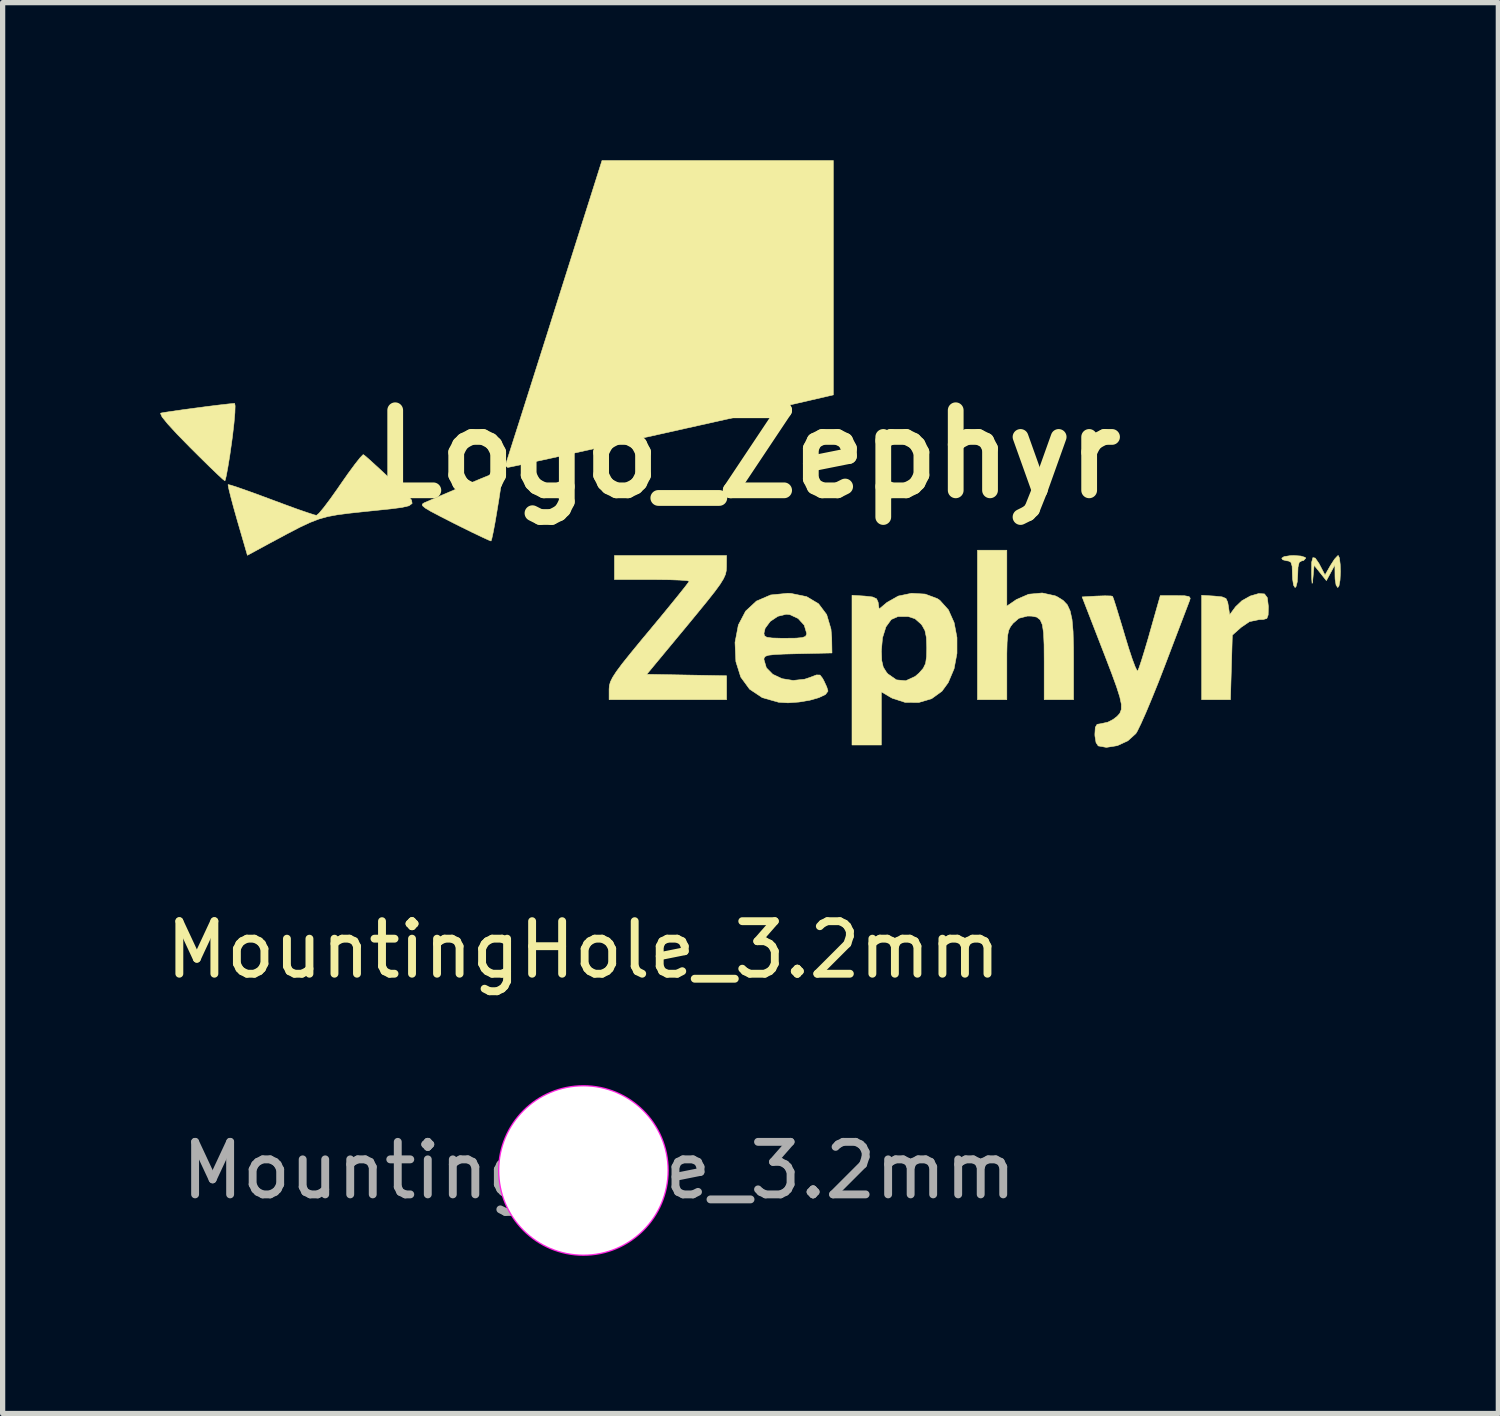
<source format=kicad_pcb>
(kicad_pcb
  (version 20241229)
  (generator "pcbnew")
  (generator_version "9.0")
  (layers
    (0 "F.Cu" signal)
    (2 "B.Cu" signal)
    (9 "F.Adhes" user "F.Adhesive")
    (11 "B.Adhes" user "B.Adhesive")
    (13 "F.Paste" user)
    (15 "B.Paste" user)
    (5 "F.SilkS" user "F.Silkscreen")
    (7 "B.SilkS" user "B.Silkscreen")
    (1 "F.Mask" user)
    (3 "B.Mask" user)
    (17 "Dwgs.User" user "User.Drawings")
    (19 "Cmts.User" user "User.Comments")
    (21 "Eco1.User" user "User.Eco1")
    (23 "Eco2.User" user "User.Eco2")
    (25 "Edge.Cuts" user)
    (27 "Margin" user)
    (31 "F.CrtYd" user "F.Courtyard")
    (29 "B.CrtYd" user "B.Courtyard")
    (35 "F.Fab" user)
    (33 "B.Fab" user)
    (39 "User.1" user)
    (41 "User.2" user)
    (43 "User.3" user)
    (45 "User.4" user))
  (footprint "MountingHole_3.2mm"
    (layer "F.Cu")
    (at 8.054 19.228)
    (property "Reference" "MountingHole_3.2mm" (at 0 -4.2 0) (layer "F.SilkS") (effects (font (size 1 1) (thickness 0.15))))
    (attr exclude_from_pos_files exclude_from_bom)
    (fp_circle (center 0 0) (end 1.6 0) (stroke (width 0.05) (type solid)) (fill no) (layer "F.CrtYd"))
    (fp_text user "${REFERENCE}" (at 0.3 0 0) (layer "F.Fab") (effects (font (size 1 1) (thickness 0.15))))
    (pad "" np_thru_hole circle (at 0 0) (size 3.2 3.2) (drill 3.2) (layers "*.Cu" "*.Mask")))
  (footprint "Logo_Zephyr"
    (layer "F.Cu")
    (at 11.185 5.593)
    (property "Reference" "Logo_Zephyr" (at 0 0 0) (layer "F.SilkS") (effects (font (size 1.524 1.524) (thickness 0.3))))
    (attr through_hole)
    (fp_poly (pts (xy 10.525 1.94) (xy 10.607 1.966) (xy 10.617 1.981) (xy 10.576 2.026) (xy 10.541 2.032) (xy 10.493 2.059) (xy 10.47 2.153) (xy 10.465 2.286) (xy 10.456 2.431) (xy 10.432 2.523) (xy 10.414 2.54) (xy 10.385 2.494) (xy 10.367 2.377) (xy 10.363 2.286) (xy 10.358 2.134) (xy 10.335 2.058) (xy 10.285 2.033) (xy 10.262 2.032) (xy 10.179 2.011) (xy 10.16 1.981) (xy 10.205 1.951) (xy 10.32 1.933) (xy 10.389 1.93) (xy 10.525 1.94)) (stroke (width 0.01) (type solid)) (fill yes) (layer "F.SilkS"))
    (fp_poly (pts (xy 9.832 2.661) (xy 9.886 2.733) (xy 9.906 2.899) (xy 9.906 2.919) (xy 9.902 3.061) (xy 9.877 3.128) (xy 9.809 3.148) (xy 9.729 3.15) (xy 9.545 3.189) (xy 9.386 3.298) (xy 9.22 3.446) (xy 9.202 4.06) (xy 9.184 4.674) (xy 8.636 4.674) (xy 8.636 2.687) (xy 8.877 2.702) (xy 9.024 2.717) (xy 9.099 2.748) (xy 9.132 2.819) (xy 9.144 2.888) (xy 9.169 3.058) (xy 9.282 2.905) (xy 9.403 2.79) (xy 9.562 2.701) (xy 9.722 2.654) (xy 9.832 2.661)) (stroke (width 0.01) (type solid)) (fill yes) (layer "F.SilkS"))
    (fp_poly (pts (xy -9.76 -0.918) (xy -9.764 -0.788) (xy -9.781 -0.592) (xy -9.809 -0.349) (xy -9.825 -0.229) (xy -9.862 0.031) (xy -9.898 0.25) (xy -9.928 0.412) (xy -9.949 0.498) (xy -9.955 0.508) (xy -9.999 0.474) (xy -10.101 0.379) (xy -10.251 0.235) (xy -10.436 0.053) (xy -10.615 -0.125) (xy -10.866 -0.382) (xy -11.045 -0.577) (xy -11.15 -0.707) (xy -11.18 -0.773) (xy -11.173 -0.781) (xy -11.101 -0.794) (xy -10.953 -0.816) (xy -10.751 -0.845) (xy -10.52 -0.876) (xy -10.285 -0.907) (xy -10.068 -0.934) (xy -9.894 -0.954) (xy -9.786 -0.964) (xy -9.769 -0.965) (xy -9.76 -0.918)) (stroke (width 0.01) (type solid)) (fill yes) (layer "F.SilkS"))
    (fp_poly (pts (xy -4.67 0.351) (xy -4.684 0.475) (xy -4.708 0.655) (xy -4.74 0.867) (xy -4.777 1.091) (xy -4.813 1.304) (xy -4.847 1.484) (xy -4.874 1.608) (xy -4.889 1.654) (xy -4.936 1.636) (xy -5.058 1.58) (xy -5.239 1.494) (xy -5.462 1.384) (xy -5.588 1.321) (xy -5.849 1.188) (xy -6.03 1.093) (xy -6.141 1.027) (xy -6.193 0.983) (xy -6.197 0.952) (xy -6.163 0.928) (xy -6.147 0.921) (xy -5.861 0.797) (xy -5.575 0.675) (xy -5.303 0.56) (xy -5.061 0.459) (xy -4.864 0.378) (xy -4.729 0.325) (xy -4.672 0.305) (xy -4.671 0.305) (xy -4.67 0.351)) (stroke (width 0.01) (type solid)) (fill yes) (layer "F.SilkS"))
    (fp_poly (pts (xy 11.258 1.977) (xy 11.273 2.097) (xy 11.278 2.235) (xy 11.27 2.398) (xy 11.25 2.508) (xy 11.227 2.54) (xy 11.195 2.495) (xy 11.176 2.381) (xy 11.174 2.324) (xy 11.172 2.108) (xy 11.091 2.258) (xy 11.01 2.408) (xy 10.893 2.261) (xy 10.776 2.115) (xy 10.756 2.34) (xy 10.746 2.444) (xy 10.738 2.461) (xy 10.732 2.385) (xy 10.728 2.245) (xy 10.73 2.058) (xy 10.753 1.97) (xy 10.798 1.979) (xy 10.869 2.082) (xy 10.902 2.145) (xy 10.984 2.302) (xy 11.09 2.116) (xy 11.164 2.001) (xy 11.224 1.936) (xy 11.237 1.93) (xy 11.258 1.977)) (stroke (width 0.01) (type solid)) (fill yes) (layer "F.SilkS"))
    (fp_poly (pts (xy 1.626 -1.127) (xy 1.156 -1.018) (xy 0.877 -0.954) (xy 0.539 -0.877) (xy 0.151 -0.79) (xy -0.274 -0.694) (xy -0.728 -0.592) (xy -1.199 -0.487) (xy -1.677 -0.38) (xy -2.152 -0.275) (xy -2.613 -0.173) (xy -3.05 -0.076) (xy -3.452 0.012) (xy -3.808 0.091) (xy -4.109 0.156) (xy -4.343 0.207) (xy -4.501 0.24) (xy -4.571 0.254) (xy -4.573 0.254) (xy -4.614 0.218) (xy -4.609 0.191) (xy -4.59 0.132) (xy -4.543 -0.015) (xy -4.471 -0.242) (xy -4.376 -0.539) (xy -4.262 -0.898) (xy -4.131 -1.311) (xy -3.986 -1.768) (xy -3.829 -2.262) (xy -3.681 -2.731) (xy -2.777 -5.588) (xy 1.626 -5.588) (xy 1.626 -1.127)) (stroke (width 0.01) (type solid)) (fill yes) (layer "F.SilkS"))
    (fp_poly (pts (xy 4.928 2.893) (xy 5.112 2.767) (xy 5.343 2.667) (xy 5.601 2.643) (xy 5.848 2.697) (xy 5.894 2.719) (xy 6 2.785) (xy 6.079 2.868) (xy 6.133 2.985) (xy 6.169 3.149) (xy 6.189 3.376) (xy 6.197 3.681) (xy 6.198 3.884) (xy 6.198 4.674) (xy 5.639 4.674) (xy 5.639 3.943) (xy 5.637 3.629) (xy 5.627 3.401) (xy 5.604 3.247) (xy 5.562 3.153) (xy 5.498 3.103) (xy 5.405 3.084) (xy 5.323 3.082) (xy 5.157 3.125) (xy 5.047 3.22) (xy 4.998 3.284) (xy 4.964 3.353) (xy 4.944 3.448) (xy 4.933 3.588) (xy 4.928 3.795) (xy 4.928 4.016) (xy 4.928 4.674) (xy 4.369 4.674) (xy 4.369 1.829) (xy 4.928 1.829) (xy 4.928 2.893)) (stroke (width 0.01) (type solid)) (fill yes) (layer "F.SilkS"))
    (fp_poly (pts (xy -0.408 2.146) (xy -0.412 2.22) (xy -0.428 2.291) (xy -0.465 2.373) (xy -0.529 2.477) (xy -0.629 2.614) (xy -0.772 2.795) (xy -0.967 3.034) (xy -1.167 3.277) (xy -1.925 4.191) (xy -0.406 4.219) (xy -0.406 4.674) (xy -2.642 4.674) (xy -2.642 4.475) (xy -2.637 4.406) (xy -2.617 4.334) (xy -2.575 4.249) (xy -2.503 4.138) (xy -2.393 3.99) (xy -2.236 3.794) (xy -2.027 3.539) (xy -1.88 3.363) (xy -1.664 3.103) (xy -1.473 2.87) (xy -1.314 2.674) (xy -1.196 2.526) (xy -1.129 2.438) (xy -1.118 2.418) (xy -1.165 2.407) (xy -1.297 2.398) (xy -1.493 2.391) (xy -1.736 2.388) (xy -1.829 2.388) (xy -2.54 2.388) (xy -2.54 1.93) (xy -0.406 1.93) (xy -0.408 2.146)) (stroke (width 0.01) (type solid)) (fill yes) (layer "F.SilkS"))
    (fp_poly (pts (xy -7.268 0.049) (xy -7.16 0.145) (xy -7.008 0.284) (xy -6.827 0.453) (xy -6.785 0.493) (xy -6.606 0.661) (xy -6.476 0.786) (xy -6.402 0.876) (xy -6.391 0.939) (xy -6.45 0.983) (xy -6.585 1.015) (xy -6.803 1.043) (xy -7.112 1.075) (xy -7.315 1.096) (xy -7.594 1.126) (xy -7.814 1.155) (xy -7.998 1.189) (xy -8.165 1.236) (xy -8.336 1.302) (xy -8.532 1.394) (xy -8.774 1.52) (xy -9.083 1.686) (xy -9.119 1.705) (xy -9.526 1.926) (xy -9.719 1.262) (xy -9.788 1.018) (xy -9.843 0.812) (xy -9.88 0.662) (xy -9.894 0.586) (xy -9.893 0.58) (xy -9.842 0.591) (xy -9.712 0.633) (xy -9.519 0.701) (xy -9.279 0.788) (xy -9.072 0.865) (xy -8.803 0.965) (xy -8.565 1.052) (xy -8.375 1.117) (xy -8.251 1.157) (xy -8.211 1.166) (xy -8.163 1.126) (xy -8.071 1.016) (xy -7.947 0.851) (xy -7.803 0.648) (xy -7.756 0.579) (xy -7.609 0.369) (xy -7.481 0.195) (xy -7.383 0.071) (xy -7.326 0.012) (xy -7.318 0.01) (xy -7.268 0.049)) (stroke (width 0.01) (type solid)) (fill yes) (layer "F.SilkS"))
    (fp_poly (pts (xy 3.373 2.664) (xy 3.602 2.749) (xy 3.653 2.783) (xy 3.816 2.964) (xy 3.925 3.208) (xy 3.979 3.492) (xy 3.979 3.792) (xy 3.924 4.086) (xy 3.812 4.35) (xy 3.693 4.513) (xy 3.497 4.655) (xy 3.254 4.727) (xy 2.994 4.726) (xy 2.749 4.647) (xy 2.716 4.629) (xy 2.54 4.525) (xy 2.54 5.537) (xy 1.981 5.537) (xy 1.981 3.739) (xy 2.54 3.739) (xy 2.547 3.929) (xy 2.576 4.054) (xy 2.637 4.152) (xy 2.665 4.184) (xy 2.827 4.297) (xy 3.004 4.314) (xy 3.182 4.232) (xy 3.255 4.17) (xy 3.337 4.077) (xy 3.382 3.984) (xy 3.4 3.855) (xy 3.404 3.69) (xy 3.397 3.491) (xy 3.37 3.359) (xy 3.316 3.261) (xy 3.289 3.229) (xy 3.18 3.133) (xy 3.049 3.091) (xy 2.858 3.091) (xy 2.857 3.091) (xy 2.728 3.148) (xy 2.627 3.288) (xy 2.562 3.496) (xy 2.54 3.739) (xy 1.981 3.739) (xy 1.981 2.687) (xy 2.223 2.702) (xy 2.372 2.719) (xy 2.448 2.753) (xy 2.478 2.818) (xy 2.48 2.833) (xy 2.497 2.949) (xy 2.647 2.823) (xy 2.861 2.702) (xy 3.114 2.649) (xy 3.373 2.664)) (stroke (width 0.01) (type solid)) (fill yes) (layer "F.SilkS"))
    (fp_poly (pts (xy 8.312 2.696) (xy 8.396 2.711) (xy 8.419 2.743) (xy 8.409 2.781) (xy 8.382 2.852) (xy 8.324 3.004) (xy 8.241 3.222) (xy 8.138 3.492) (xy 8.021 3.8) (xy 7.94 4.013) (xy 7.812 4.344) (xy 7.688 4.65) (xy 7.576 4.918) (xy 7.481 5.131) (xy 7.411 5.274) (xy 7.384 5.319) (xy 7.231 5.457) (xy 7.031 5.549) (xy 6.823 5.582) (xy 6.668 5.554) (xy 6.626 5.491) (xy 6.605 5.364) (xy 6.604 5.33) (xy 6.612 5.2) (xy 6.646 5.143) (xy 6.72 5.131) (xy 6.851 5.102) (xy 6.948 5.052) (xy 7.026 4.993) (xy 7.079 4.934) (xy 7.107 4.861) (xy 7.108 4.761) (xy 7.078 4.622) (xy 7.017 4.43) (xy 6.923 4.172) (xy 6.794 3.835) (xy 6.761 3.75) (xy 6.361 2.718) (xy 6.64 2.702) (xy 6.798 2.697) (xy 6.908 2.7) (xy 6.94 2.707) (xy 6.961 2.76) (xy 7.004 2.893) (xy 7.064 3.089) (xy 7.137 3.329) (xy 7.172 3.448) (xy 7.248 3.697) (xy 7.316 3.903) (xy 7.372 4.051) (xy 7.409 4.125) (xy 7.418 4.129) (xy 7.444 4.068) (xy 7.491 3.928) (xy 7.553 3.727) (xy 7.625 3.485) (xy 7.651 3.391) (xy 7.849 2.693) (xy 8.146 2.693) (xy 8.312 2.696)) (stroke (width 0.01) (type solid)) (fill yes) (layer "F.SilkS"))
    (fp_poly (pts (xy 0.821 2.652) (xy 1.118 2.713) (xy 1.344 2.848) (xy 1.499 3.054) (xy 1.581 3.33) (xy 1.595 3.497) (xy 1.6 3.785) (xy 0.953 3.799) (xy 0.685 3.806) (xy 0.504 3.815) (xy 0.391 3.828) (xy 0.331 3.849) (xy 0.308 3.881) (xy 0.305 3.91) (xy 0.351 4.067) (xy 0.473 4.191) (xy 0.65 4.274) (xy 0.86 4.308) (xy 1.081 4.284) (xy 1.183 4.25) (xy 1.305 4.203) (xy 1.372 4.205) (xy 1.42 4.266) (xy 1.448 4.318) (xy 1.501 4.433) (xy 1.524 4.509) (xy 1.524 4.511) (xy 1.477 4.575) (xy 1.353 4.634) (xy 1.177 4.685) (xy 0.972 4.719) (xy 0.763 4.734) (xy 0.584 4.723) (xy 0.273 4.635) (xy 0.032 4.474) (xy -0.136 4.244) (xy -0.229 3.949) (xy -0.245 3.59) (xy -0.245 3.582) (xy -0.212 3.411) (xy 0.305 3.411) (xy 0.315 3.458) (xy 0.36 3.486) (xy 0.46 3.5) (xy 0.634 3.505) (xy 0.711 3.505) (xy 0.914 3.503) (xy 1.036 3.492) (xy 1.097 3.469) (xy 1.117 3.429) (xy 1.118 3.41) (xy 1.072 3.256) (xy 0.955 3.128) (xy 0.798 3.055) (xy 0.73 3.048) (xy 0.57 3.087) (xy 0.425 3.184) (xy 0.328 3.315) (xy 0.305 3.411) (xy -0.212 3.411) (xy -0.182 3.253) (xy -0.044 2.989) (xy 0.163 2.797) (xy 0.433 2.681) (xy 0.759 2.649) (xy 0.821 2.652)) (stroke (width 0.01) (type solid)) (fill yes) (layer "F.SilkS")))
  (gr_rect
    (start -3 -3)
    (end 25.468 23.853)
    (stroke (width 0.1) (type default))
    (fill no)
    (layer "Edge.Cuts")))
</source>
